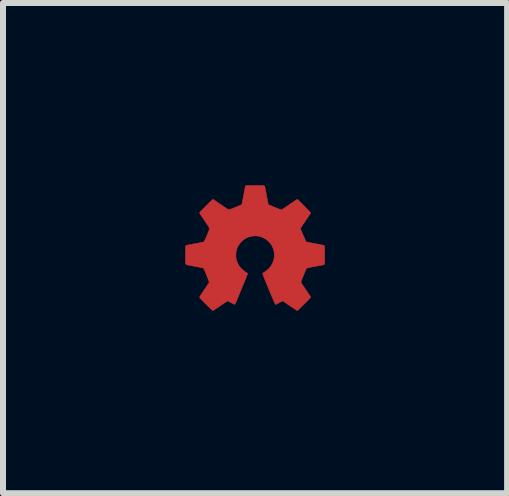
<source format=kicad_pcb>
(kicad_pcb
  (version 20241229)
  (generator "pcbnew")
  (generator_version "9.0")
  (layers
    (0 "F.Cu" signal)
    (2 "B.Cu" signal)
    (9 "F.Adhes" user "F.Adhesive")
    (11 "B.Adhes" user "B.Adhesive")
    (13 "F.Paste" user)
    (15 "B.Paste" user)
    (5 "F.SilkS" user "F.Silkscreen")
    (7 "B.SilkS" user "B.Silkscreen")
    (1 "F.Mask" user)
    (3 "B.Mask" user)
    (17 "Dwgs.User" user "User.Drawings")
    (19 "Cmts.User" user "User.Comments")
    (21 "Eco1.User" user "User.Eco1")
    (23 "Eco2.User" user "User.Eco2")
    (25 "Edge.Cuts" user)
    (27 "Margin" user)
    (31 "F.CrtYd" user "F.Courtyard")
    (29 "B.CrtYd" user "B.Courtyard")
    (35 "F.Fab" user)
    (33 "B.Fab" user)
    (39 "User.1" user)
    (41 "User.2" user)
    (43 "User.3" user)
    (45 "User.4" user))
  (footprint "oshw_small"
    (layer "F.Cu")
    (at 1.207 1.113)
    (property "Reference" "oshw_small" (at 0 0 0) (layer "F.SilkS") (effects (font (size 0.001 0.001) (thickness 0.15))))
    (attr through_hole)
    (fp_poly (pts (xy 0.034 -1.071) (xy 0.068 -1.07) (xy 0.095 -1.07) (xy 0.116 -1.07) (xy 0.131 -1.069) (xy 0.141 -1.068) (xy 0.148 -1.067) (xy 0.15 -1.066) (xy 0.152 -1.062) (xy 0.154 -1.055) (xy 0.158 -1.042) (xy 0.162 -1.024) (xy 0.167 -1) (xy 0.173 -0.969) (xy 0.18 -0.932) (xy 0.184 -0.91) (xy 0.192 -0.868) (xy 0.199 -0.832) (xy 0.205 -0.804) (xy 0.209 -0.782) (xy 0.213 -0.766) (xy 0.216 -0.757) (xy 0.218 -0.753) (xy 0.223 -0.75) (xy 0.234 -0.745) (xy 0.251 -0.738) (xy 0.271 -0.729) (xy 0.293 -0.719) (xy 0.317 -0.709) (xy 0.342 -0.699) (xy 0.366 -0.689) (xy 0.388 -0.681) (xy 0.406 -0.673) (xy 0.421 -0.668) (xy 0.43 -0.665) (xy 0.433 -0.664) (xy 0.437 -0.666) (xy 0.447 -0.673) (xy 0.462 -0.682) (xy 0.481 -0.695) (xy 0.504 -0.71) (xy 0.53 -0.727) (xy 0.558 -0.746) (xy 0.566 -0.752) (xy 0.595 -0.771) (xy 0.621 -0.789) (xy 0.644 -0.805) (xy 0.665 -0.819) (xy 0.681 -0.829) (xy 0.692 -0.836) (xy 0.698 -0.84) (xy 0.698 -0.84) (xy 0.702 -0.837) (xy 0.711 -0.83) (xy 0.723 -0.818) (xy 0.739 -0.803) (xy 0.757 -0.785) (xy 0.777 -0.765) (xy 0.798 -0.744) (xy 0.82 -0.722) (xy 0.841 -0.7) (xy 0.861 -0.679) (xy 0.879 -0.66) (xy 0.895 -0.643) (xy 0.908 -0.63) (xy 0.917 -0.619) (xy 0.921 -0.614) (xy 0.921 -0.613) (xy 0.919 -0.609) (xy 0.912 -0.599) (xy 0.902 -0.584) (xy 0.889 -0.564) (xy 0.874 -0.542) (xy 0.856 -0.516) (xy 0.838 -0.489) (xy 0.835 -0.485) (xy 0.816 -0.457) (xy 0.798 -0.431) (xy 0.783 -0.408) (xy 0.77 -0.388) (xy 0.76 -0.372) (xy 0.753 -0.36) (xy 0.75 -0.355) (xy 0.75 -0.354) (xy 0.752 -0.349) (xy 0.756 -0.337) (xy 0.763 -0.32) (xy 0.771 -0.3) (xy 0.78 -0.277) (xy 0.791 -0.252) (xy 0.801 -0.228) (xy 0.812 -0.204) (xy 0.822 -0.181) (xy 0.83 -0.162) (xy 0.837 -0.148) (xy 0.842 -0.138) (xy 0.844 -0.135) (xy 0.848 -0.133) (xy 0.855 -0.131) (xy 0.866 -0.127) (xy 0.882 -0.124) (xy 0.904 -0.119) (xy 0.931 -0.114) (xy 0.965 -0.107) (xy 0.997 -0.101) (xy 1.037 -0.094) (xy 1.071 -0.087) (xy 1.097 -0.082) (xy 1.118 -0.077) (xy 1.132 -0.074) (xy 1.142 -0.071) (xy 1.147 -0.068) (xy 1.148 -0.068) (xy 1.149 -0.064) (xy 1.15 -0.056) (xy 1.151 -0.044) (xy 1.152 -0.027) (xy 1.152 -0.004) (xy 1.153 0.025) (xy 1.153 0.062) (xy 1.153 0.088) (xy 1.153 0.127) (xy 1.153 0.159) (xy 1.152 0.184) (xy 1.152 0.203) (xy 1.151 0.218) (xy 1.151 0.229) (xy 1.15 0.236) (xy 1.149 0.241) (xy 1.147 0.244) (xy 1.147 0.244) (xy 1.141 0.249) (xy 1.138 0.25) (xy 1.134 0.251) (xy 1.123 0.253) (xy 1.106 0.256) (xy 1.084 0.26) (xy 1.058 0.265) (xy 1.028 0.27) (xy 0.997 0.276) (xy 0.956 0.284) (xy 0.922 0.29) (xy 0.895 0.296) (xy 0.875 0.3) (xy 0.861 0.304) (xy 0.853 0.307) (xy 0.851 0.308) (xy 0.848 0.313) (xy 0.843 0.325) (xy 0.836 0.341) (xy 0.827 0.362) (xy 0.818 0.385) (xy 0.807 0.41) (xy 0.797 0.436) (xy 0.787 0.461) (xy 0.778 0.484) (xy 0.77 0.505) (xy 0.764 0.522) (xy 0.76 0.535) (xy 0.758 0.541) (xy 0.758 0.541) (xy 0.76 0.545) (xy 0.766 0.556) (xy 0.776 0.571) (xy 0.788 0.591) (xy 0.804 0.613) (xy 0.821 0.639) (xy 0.839 0.666) (xy 0.857 0.693) (xy 0.874 0.718) (xy 0.89 0.741) (xy 0.902 0.76) (xy 0.912 0.775) (xy 0.919 0.785) (xy 0.921 0.789) (xy 0.919 0.794) (xy 0.911 0.803) (xy 0.898 0.817) (xy 0.881 0.836) (xy 0.859 0.858) (xy 0.833 0.884) (xy 0.813 0.904) (xy 0.785 0.932) (xy 0.762 0.955) (xy 0.743 0.973) (xy 0.729 0.987) (xy 0.717 0.998) (xy 0.709 1.005) (xy 0.703 1.009) (xy 0.698 1.011) (xy 0.695 1.011) (xy 0.695 1.011) (xy 0.69 1.009) (xy 0.679 1.002) (xy 0.663 0.992) (xy 0.643 0.979) (xy 0.621 0.964) (xy 0.596 0.947) (xy 0.577 0.934) (xy 0.55 0.916) (xy 0.526 0.9) (xy 0.504 0.885) (xy 0.486 0.872) (xy 0.472 0.863) (xy 0.463 0.857) (xy 0.46 0.855) (xy 0.457 0.854) (xy 0.453 0.854) (xy 0.447 0.856) (xy 0.438 0.86) (xy 0.425 0.866) (xy 0.408 0.874) (xy 0.386 0.886) (xy 0.361 0.9) (xy 0.348 0.906) (xy 0.34 0.909) (xy 0.335 0.909) (xy 0.331 0.907) (xy 0.331 0.907) (xy 0.328 0.902) (xy 0.323 0.891) (xy 0.316 0.874) (xy 0.306 0.852) (xy 0.295 0.825) (xy 0.282 0.795) (xy 0.268 0.762) (xy 0.254 0.727) (xy 0.238 0.691) (xy 0.223 0.654) (xy 0.208 0.616) (xy 0.193 0.58) (xy 0.178 0.544) (xy 0.165 0.511) (xy 0.153 0.481) (xy 0.142 0.455) (xy 0.133 0.433) (xy 0.127 0.415) (xy 0.123 0.404) (xy 0.121 0.399) (xy 0.125 0.392) (xy 0.135 0.383) (xy 0.144 0.378) (xy 0.189 0.346) (xy 0.227 0.311) (xy 0.259 0.272) (xy 0.284 0.23) (xy 0.302 0.184) (xy 0.313 0.136) (xy 0.315 0.109) (xy 0.315 0.058) (xy 0.307 0.01) (xy 0.292 -0.036) (xy 0.27 -0.078) (xy 0.242 -0.117) (xy 0.208 -0.151) (xy 0.168 -0.181) (xy 0.135 -0.199) (xy 0.098 -0.215) (xy 0.063 -0.225) (xy 0.027 -0.231) (xy -0.01 -0.232) (xy -0.06 -0.227) (xy -0.107 -0.216) (xy -0.152 -0.197) (xy -0.193 -0.172) (xy -0.23 -0.141) (xy -0.262 -0.105) (xy -0.288 -0.063) (xy -0.297 -0.046) (xy -0.309 -0.019) (xy -0.317 0.007) (xy -0.322 0.032) (xy -0.325 0.06) (xy -0.326 0.092) (xy -0.325 0.115) (xy -0.324 0.133) (xy -0.322 0.148) (xy -0.319 0.163) (xy -0.315 0.177) (xy -0.299 0.22) (xy -0.279 0.259) (xy -0.253 0.294) (xy -0.221 0.327) (xy -0.183 0.358) (xy -0.167 0.369) (xy -0.153 0.379) (xy -0.141 0.388) (xy -0.134 0.394) (xy -0.131 0.397) (xy -0.132 0.401) (xy -0.136 0.412) (xy -0.142 0.429) (xy -0.15 0.45) (xy -0.16 0.474) (xy -0.171 0.502) (xy -0.18 0.522) (xy -0.194 0.557) (xy -0.211 0.597) (xy -0.228 0.64) (xy -0.246 0.684) (xy -0.264 0.726) (xy -0.28 0.765) (xy -0.284 0.775) (xy -0.3 0.814) (xy -0.314 0.847) (xy -0.325 0.873) (xy -0.334 0.892) (xy -0.341 0.904) (xy -0.344 0.909) (xy -0.345 0.909) (xy -0.35 0.908) (xy -0.362 0.903) (xy -0.378 0.895) (xy -0.399 0.885) (xy -0.406 0.881) (xy -0.425 0.871) (xy -0.441 0.863) (xy -0.454 0.856) (xy -0.462 0.853) (xy -0.464 0.852) (xy -0.468 0.854) (xy -0.477 0.86) (xy -0.492 0.87) (xy -0.511 0.882) (xy -0.533 0.897) (xy -0.558 0.914) (xy -0.584 0.932) (xy -0.611 0.95) (xy -0.637 0.967) (xy -0.659 0.982) (xy -0.679 0.995) (xy -0.694 1.004) (xy -0.704 1.01) (xy -0.709 1.012) (xy -0.714 1.009) (xy -0.725 1.001) (xy -0.741 0.986) (xy -0.762 0.966) (xy -0.788 0.941) (xy -0.82 0.909) (xy -0.824 0.906) (xy -0.855 0.874) (xy -0.881 0.848) (xy -0.901 0.826) (xy -0.916 0.809) (xy -0.926 0.798) (xy -0.93 0.792) (xy -0.93 0.791) (xy -0.928 0.786) (xy -0.922 0.776) (xy -0.912 0.76) (xy -0.9 0.741) (xy -0.885 0.718) (xy -0.868 0.692) (xy -0.85 0.666) (xy -0.83 0.636) (xy -0.811 0.609) (xy -0.796 0.586) (xy -0.784 0.567) (xy -0.775 0.552) (xy -0.771 0.543) (xy -0.77 0.541) (xy -0.771 0.534) (xy -0.775 0.522) (xy -0.782 0.505) (xy -0.789 0.484) (xy -0.799 0.46) (xy -0.809 0.435) (xy -0.819 0.409) (xy -0.829 0.384) (xy -0.839 0.361) (xy -0.847 0.34) (xy -0.855 0.324) (xy -0.86 0.313) (xy -0.863 0.308) (xy -0.868 0.306) (xy -0.878 0.302) (xy -0.894 0.298) (xy -0.917 0.294) (xy -0.946 0.288) (xy -0.983 0.281) (xy -1.01 0.276) (xy -1.048 0.269) (xy -1.078 0.263) (xy -1.103 0.258) (xy -1.122 0.254) (xy -1.136 0.251) (xy -1.146 0.248) (xy -1.152 0.245) (xy -1.156 0.243) (xy -1.158 0.242) (xy -1.159 0.239) (xy -1.161 0.235) (xy -1.162 0.23) (xy -1.163 0.221) (xy -1.164 0.209) (xy -1.164 0.193) (xy -1.164 0.172) (xy -1.164 0.145) (xy -1.164 0.112) (xy -1.164 0.086) (xy -1.164 0.046) (xy -1.164 0.013) (xy -1.164 -0.014) (xy -1.163 -0.035) (xy -1.163 -0.05) (xy -1.162 -0.06) (xy -1.16 -0.066) (xy -1.16 -0.067) (xy -1.156 -0.07) (xy -1.148 -0.072) (xy -1.134 -0.076) (xy -1.115 -0.08) (xy -1.09 -0.085) (xy -1.058 -0.091) (xy -1.019 -0.099) (xy -1.014 -0.1) (xy -0.981 -0.106) (xy -0.951 -0.112) (xy -0.924 -0.117) (xy -0.9 -0.121) (xy -0.882 -0.125) (xy -0.869 -0.128) (xy -0.863 -0.13) (xy -0.86 -0.132) (xy -0.856 -0.135) (xy -0.852 -0.142) (xy -0.846 -0.151) (xy -0.84 -0.165) (xy -0.831 -0.184) (xy -0.82 -0.209) (xy -0.807 -0.239) (xy -0.796 -0.266) (xy -0.785 -0.292) (xy -0.776 -0.314) (xy -0.769 -0.332) (xy -0.764 -0.346) (xy -0.762 -0.353) (xy -0.762 -0.354) (xy -0.764 -0.36) (xy -0.771 -0.372) (xy -0.782 -0.389) (xy -0.796 -0.412) (xy -0.815 -0.44) (xy -0.837 -0.472) (xy -0.845 -0.484) (xy -0.864 -0.511) (xy -0.881 -0.537) (xy -0.896 -0.56) (xy -0.909 -0.58) (xy -0.92 -0.596) (xy -0.926 -0.608) (xy -0.929 -0.613) (xy -0.929 -0.614) (xy -0.929 -0.617) (xy -0.927 -0.621) (xy -0.923 -0.627) (xy -0.916 -0.635) (xy -0.906 -0.646) (xy -0.892 -0.661) (xy -0.874 -0.679) (xy -0.852 -0.701) (xy -0.825 -0.729) (xy -0.821 -0.732) (xy -0.789 -0.764) (xy -0.763 -0.79) (xy -0.741 -0.81) (xy -0.725 -0.825) (xy -0.714 -0.835) (xy -0.707 -0.839) (xy -0.706 -0.839) (xy -0.701 -0.836) (xy -0.691 -0.83) (xy -0.676 -0.82) (xy -0.657 -0.807) (xy -0.634 -0.791) (xy -0.609 -0.774) (xy -0.581 -0.755) (xy -0.575 -0.751) (xy -0.547 -0.731) (xy -0.521 -0.714) (xy -0.497 -0.698) (xy -0.477 -0.685) (xy -0.461 -0.674) (xy -0.45 -0.668) (xy -0.444 -0.664) (xy -0.443 -0.664) (xy -0.438 -0.666) (xy -0.427 -0.67) (xy -0.411 -0.676) (xy -0.39 -0.684) (xy -0.367 -0.693) (xy -0.351 -0.7) (xy -0.318 -0.713) (xy -0.291 -0.724) (xy -0.27 -0.733) (xy -0.254 -0.74) (xy -0.243 -0.745) (xy -0.235 -0.748) (xy -0.23 -0.751) (xy -0.227 -0.753) (xy -0.226 -0.755) (xy -0.225 -0.757) (xy -0.225 -0.757) (xy -0.224 -0.762) (xy -0.221 -0.774) (xy -0.218 -0.791) (xy -0.214 -0.813) (xy -0.209 -0.838) (xy -0.203 -0.865) (xy -0.198 -0.895) (xy -0.192 -0.924) (xy -0.187 -0.953) (xy -0.182 -0.98) (xy -0.177 -1.005) (xy -0.173 -1.026) (xy -0.17 -1.042) (xy -0.169 -1.052) (xy -0.168 -1.056) (xy -0.166 -1.06) (xy -0.162 -1.065) (xy -0.16 -1.066) (xy -0.155 -1.067) (xy -0.149 -1.068) (xy -0.139 -1.069) (xy -0.125 -1.07) (xy -0.107 -1.07) (xy -0.083 -1.071) (xy -0.053 -1.071) (xy -0.016 -1.071) (xy -0.006 -1.071) (xy 0.034 -1.071)) (stroke (width 0.01) (type solid)) (fill yes) (layer "F.Cu"))
    (fp_poly (pts (xy 0.038 -1.108) (xy 0.071 -1.108) (xy 0.097 -1.108) (xy 0.118 -1.107) (xy 0.134 -1.107) (xy 0.146 -1.106) (xy 0.155 -1.106) (xy 0.161 -1.104) (xy 0.165 -1.103) (xy 0.168 -1.101) (xy 0.171 -1.1) (xy 0.18 -1.09) (xy 0.188 -1.079) (xy 0.188 -1.078) (xy 0.19 -1.071) (xy 0.194 -1.058) (xy 0.198 -1.038) (xy 0.203 -1.014) (xy 0.209 -0.986) (xy 0.215 -0.955) (xy 0.221 -0.922) (xy 0.221 -0.922) (xy 0.247 -0.78) (xy 0.337 -0.743) (xy 0.362 -0.733) (xy 0.386 -0.724) (xy 0.405 -0.717) (xy 0.42 -0.712) (xy 0.43 -0.709) (xy 0.432 -0.709) (xy 0.437 -0.712) (xy 0.447 -0.718) (xy 0.462 -0.728) (xy 0.481 -0.741) (xy 0.504 -0.757) (xy 0.529 -0.774) (xy 0.555 -0.792) (xy 0.583 -0.81) (xy 0.608 -0.828) (xy 0.632 -0.843) (xy 0.652 -0.856) (xy 0.668 -0.866) (xy 0.679 -0.873) (xy 0.685 -0.876) (xy 0.692 -0.877) (xy 0.699 -0.878) (xy 0.706 -0.878) (xy 0.714 -0.875) (xy 0.722 -0.87) (xy 0.733 -0.862) (xy 0.746 -0.851) (xy 0.763 -0.836) (xy 0.782 -0.817) (xy 0.806 -0.793) (xy 0.835 -0.764) (xy 0.841 -0.759) (xy 0.87 -0.729) (xy 0.895 -0.704) (xy 0.915 -0.684) (xy 0.93 -0.667) (xy 0.942 -0.653) (xy 0.951 -0.642) (xy 0.956 -0.633) (xy 0.959 -0.625) (xy 0.96 -0.618) (xy 0.96 -0.611) (xy 0.958 -0.604) (xy 0.958 -0.603) (xy 0.955 -0.597) (xy 0.948 -0.585) (xy 0.937 -0.569) (xy 0.924 -0.548) (xy 0.909 -0.525) (xy 0.891 -0.499) (xy 0.874 -0.473) (xy 0.855 -0.446) (xy 0.838 -0.421) (xy 0.823 -0.399) (xy 0.811 -0.38) (xy 0.801 -0.365) (xy 0.795 -0.355) (xy 0.793 -0.351) (xy 0.795 -0.346) (xy 0.799 -0.335) (xy 0.805 -0.32) (xy 0.813 -0.3) (xy 0.822 -0.279) (xy 0.831 -0.257) (xy 0.841 -0.234) (xy 0.85 -0.213) (xy 0.858 -0.195) (xy 0.865 -0.18) (xy 0.87 -0.17) (xy 0.872 -0.166) (xy 0.876 -0.165) (xy 0.887 -0.162) (xy 0.905 -0.159) (xy 0.927 -0.154) (xy 0.953 -0.149) (xy 0.983 -0.143) (xy 1.015 -0.137) (xy 1.016 -0.137) (xy 1.051 -0.13) (xy 1.083 -0.124) (xy 1.111 -0.118) (xy 1.134 -0.113) (xy 1.152 -0.109) (xy 1.163 -0.105) (xy 1.167 -0.104) (xy 1.172 -0.1) (xy 1.177 -0.097) (xy 1.18 -0.092) (xy 1.183 -0.087) (xy 1.186 -0.079) (xy 1.187 -0.068) (xy 1.188 -0.054) (xy 1.189 -0.035) (xy 1.19 -0.012) (xy 1.19 0.018) (xy 1.19 0.054) (xy 1.19 0.084) (xy 1.19 0.126) (xy 1.19 0.161) (xy 1.189 0.189) (xy 1.189 0.212) (xy 1.188 0.23) (xy 1.187 0.244) (xy 1.185 0.254) (xy 1.182 0.262) (xy 1.179 0.268) (xy 1.175 0.272) (xy 1.171 0.276) (xy 1.168 0.277) (xy 1.163 0.28) (xy 1.152 0.283) (xy 1.136 0.288) (xy 1.114 0.292) (xy 1.085 0.298) (xy 1.05 0.305) (xy 1.019 0.311) (xy 0.988 0.317) (xy 0.958 0.322) (xy 0.932 0.328) (xy 0.91 0.332) (xy 0.894 0.336) (xy 0.883 0.338) (xy 0.879 0.339) (xy 0.877 0.343) (xy 0.872 0.354) (xy 0.866 0.37) (xy 0.858 0.39) (xy 0.848 0.414) (xy 0.838 0.44) (xy 0.837 0.44) (xy 0.798 0.538) (xy 0.875 0.649) (xy 0.893 0.676) (xy 0.91 0.701) (xy 0.925 0.724) (xy 0.938 0.744) (xy 0.948 0.76) (xy 0.954 0.771) (xy 0.956 0.775) (xy 0.959 0.782) (xy 0.96 0.789) (xy 0.96 0.795) (xy 0.958 0.803) (xy 0.954 0.811) (xy 0.946 0.821) (xy 0.936 0.833) (xy 0.922 0.848) (xy 0.905 0.867) (xy 0.882 0.89) (xy 0.855 0.917) (xy 0.839 0.934) (xy 0.724 1.049) (xy 0.702 1.05) (xy 0.681 1.052) (xy 0.615 1.007) (xy 0.591 0.991) (xy 0.565 0.973) (xy 0.539 0.955) (xy 0.516 0.939) (xy 0.5 0.929) (xy 0.452 0.895) (xy 0.405 0.92) (xy 0.386 0.93) (xy 0.369 0.938) (xy 0.355 0.944) (xy 0.346 0.947) (xy 0.345 0.947) (xy 0.33 0.947) (xy 0.314 0.942) (xy 0.301 0.932) (xy 0.3 0.931) (xy 0.297 0.926) (xy 0.291 0.914) (xy 0.284 0.897) (xy 0.274 0.874) (xy 0.262 0.847) (xy 0.249 0.817) (xy 0.235 0.783) (xy 0.22 0.747) (xy 0.204 0.71) (xy 0.189 0.672) (xy 0.173 0.634) (xy 0.158 0.596) (xy 0.143 0.56) (xy 0.129 0.527) (xy 0.117 0.496) (xy 0.106 0.468) (xy 0.097 0.445) (xy 0.09 0.426) (xy 0.085 0.414) (xy 0.083 0.408) (xy 0.083 0.394) (xy 0.086 0.381) (xy 0.093 0.37) (xy 0.106 0.357) (xy 0.125 0.343) (xy 0.133 0.338) (xy 0.174 0.307) (xy 0.208 0.273) (xy 0.235 0.237) (xy 0.248 0.214) (xy 0.262 0.181) (xy 0.271 0.151) (xy 0.276 0.119) (xy 0.277 0.084) (xy 0.276 0.076) (xy 0.271 0.029) (xy 0.258 -0.015) (xy 0.238 -0.056) (xy 0.212 -0.092) (xy 0.18 -0.125) (xy 0.142 -0.152) (xy 0.115 -0.167) (xy 0.085 -0.179) (xy 0.057 -0.187) (xy 0.027 -0.192) (xy -0.006 -0.193) (xy -0.04 -0.191) (xy -0.069 -0.187) (xy -0.097 -0.179) (xy -0.126 -0.166) (xy -0.131 -0.164) (xy -0.171 -0.14) (xy -0.206 -0.11) (xy -0.236 -0.075) (xy -0.26 -0.034) (xy -0.278 0.011) (xy -0.278 0.012) (xy -0.282 0.026) (xy -0.285 0.039) (xy -0.286 0.054) (xy -0.287 0.072) (xy -0.287 0.092) (xy -0.287 0.114) (xy -0.286 0.13) (xy -0.284 0.144) (xy -0.281 0.156) (xy -0.277 0.17) (xy -0.275 0.177) (xy -0.257 0.217) (xy -0.234 0.254) (xy -0.206 0.288) (xy -0.17 0.319) (xy -0.14 0.341) (xy -0.118 0.357) (xy -0.103 0.371) (xy -0.095 0.385) (xy -0.093 0.4) (xy -0.095 0.417) (xy -0.096 0.418) (xy -0.098 0.423) (xy -0.102 0.435) (xy -0.109 0.453) (xy -0.119 0.475) (xy -0.13 0.502) (xy -0.142 0.532) (xy -0.156 0.566) (xy -0.17 0.601) (xy -0.185 0.637) (xy -0.201 0.675) (xy -0.216 0.712) (xy -0.231 0.748) (xy -0.245 0.782) (xy -0.259 0.815) (xy -0.271 0.844) (xy -0.281 0.869) (xy -0.29 0.89) (xy -0.297 0.906) (xy -0.301 0.915) (xy -0.302 0.917) (xy -0.31 0.931) (xy -0.323 0.94) (xy -0.327 0.942) (xy -0.336 0.946) (xy -0.345 0.948) (xy -0.355 0.947) (xy -0.366 0.944) (xy -0.381 0.938) (xy -0.401 0.928) (xy -0.416 0.92) (xy -0.463 0.895) (xy -0.574 0.972) (xy -0.604 0.993) (xy -0.629 1.009) (xy -0.648 1.022) (xy -0.663 1.032) (xy -0.675 1.039) (xy -0.684 1.044) (xy -0.691 1.047) (xy -0.697 1.049) (xy -0.703 1.05) (xy -0.705 1.05) (xy -0.721 1.05) (xy -0.733 1.046) (xy -0.737 1.044) (xy -0.744 1.038) (xy -0.755 1.028) (xy -0.77 1.014) (xy -0.788 0.997) (xy -0.808 0.977) (xy -0.829 0.956) (xy -0.851 0.933) (xy -0.873 0.91) (xy -0.895 0.888) (xy -0.915 0.867) (xy -0.932 0.848) (xy -0.947 0.832) (xy -0.958 0.82) (xy -0.965 0.811) (xy -0.967 0.808) (xy -0.969 0.8) (xy -0.969 0.793) (xy -0.968 0.785) (xy -0.966 0.776) (xy -0.96 0.765) (xy -0.953 0.751) (xy -0.942 0.734) (xy -0.928 0.712) (xy -0.91 0.686) (xy -0.889 0.654) (xy -0.888 0.653) (xy -0.809 0.539) (xy -0.816 0.52) (xy -0.833 0.478) (xy -0.848 0.441) (xy -0.861 0.409) (xy -0.872 0.382) (xy -0.88 0.362) (xy -0.886 0.348) (xy -0.89 0.34) (xy -0.89 0.339) (xy -0.895 0.338) (xy -0.906 0.335) (xy -0.923 0.332) (xy -0.945 0.327) (xy -0.971 0.322) (xy -1 0.316) (xy -1.029 0.311) (xy -1.066 0.304) (xy -1.099 0.298) (xy -1.127 0.292) (xy -1.149 0.287) (xy -1.165 0.283) (xy -1.175 0.28) (xy -1.176 0.279) (xy -1.182 0.275) (xy -1.187 0.271) (xy -1.191 0.266) (xy -1.194 0.26) (xy -1.197 0.251) (xy -1.199 0.239) (xy -1.2 0.223) (xy -1.201 0.203) (xy -1.201 0.177) (xy -1.202 0.145) (xy -1.202 0.107) (xy -1.202 0.088) (xy -1.202 0.046) (xy -1.201 0.012) (xy -1.201 -0.016) (xy -1.201 -0.038) (xy -1.2 -0.056) (xy -1.198 -0.069) (xy -1.196 -0.08) (xy -1.194 -0.087) (xy -1.19 -0.093) (xy -1.186 -0.097) (xy -1.181 -0.101) (xy -1.179 -0.102) (xy -1.174 -0.105) (xy -1.165 -0.108) (xy -1.152 -0.111) (xy -1.133 -0.116) (xy -1.109 -0.121) (xy -1.078 -0.127) (xy -1.041 -0.134) (xy -1.025 -0.137) (xy -0.993 -0.143) (xy -0.963 -0.149) (xy -0.937 -0.154) (xy -0.914 -0.158) (xy -0.897 -0.161) (xy -0.886 -0.164) (xy -0.881 -0.165) (xy -0.881 -0.165) (xy -0.88 -0.169) (xy -0.875 -0.179) (xy -0.869 -0.194) (xy -0.86 -0.213) (xy -0.851 -0.236) (xy -0.841 -0.259) (xy -0.801 -0.352) (xy -0.881 -0.468) (xy -0.899 -0.495) (xy -0.917 -0.521) (xy -0.932 -0.543) (xy -0.945 -0.563) (xy -0.955 -0.578) (xy -0.962 -0.589) (xy -0.965 -0.594) (xy -0.968 -0.604) (xy -0.968 -0.619) (xy -0.968 -0.622) (xy -0.966 -0.642) (xy -0.851 -0.757) (xy -0.821 -0.787) (xy -0.796 -0.812) (xy -0.776 -0.832) (xy -0.759 -0.847) (xy -0.745 -0.859) (xy -0.734 -0.868) (xy -0.724 -0.874) (xy -0.717 -0.877) (xy -0.71 -0.878) (xy -0.703 -0.877) (xy -0.696 -0.875) (xy -0.692 -0.874) (xy -0.686 -0.87) (xy -0.674 -0.863) (xy -0.657 -0.853) (xy -0.636 -0.839) (xy -0.612 -0.823) (xy -0.587 -0.806) (xy -0.563 -0.79) (xy -0.536 -0.771) (xy -0.511 -0.754) (xy -0.489 -0.739) (xy -0.47 -0.727) (xy -0.456 -0.717) (xy -0.446 -0.711) (xy -0.443 -0.708) (xy -0.438 -0.709) (xy -0.428 -0.713) (xy -0.413 -0.718) (xy -0.394 -0.725) (xy -0.373 -0.733) (xy -0.35 -0.742) (xy -0.328 -0.751) (xy -0.307 -0.759) (xy -0.288 -0.767) (xy -0.273 -0.773) (xy -0.263 -0.777) (xy -0.259 -0.779) (xy -0.258 -0.783) (xy -0.256 -0.794) (xy -0.253 -0.811) (xy -0.249 -0.832) (xy -0.244 -0.859) (xy -0.238 -0.888) (xy -0.232 -0.921) (xy -0.231 -0.928) (xy -0.223 -0.97) (xy -0.216 -1.005) (xy -0.21 -1.033) (xy -0.205 -1.054) (xy -0.201 -1.07) (xy -0.198 -1.081) (xy -0.195 -1.086) (xy -0.192 -1.091) (xy -0.188 -1.096) (xy -0.182 -1.099) (xy -0.176 -1.102) (xy -0.167 -1.104) (xy -0.154 -1.105) (xy -0.138 -1.106) (xy -0.117 -1.107) (xy -0.091 -1.108) (xy -0.059 -1.108) (xy -0.02 -1.108) (xy -0.001 -1.108) (xy 0.038 -1.108)) (stroke (width 0.01) (type solid)) (fill yes) (layer "F.Mask")))
  (gr_rect
    (start -3 -3)
    (end 5.402 5.17)
    (stroke (width 0.1) (type default))
    (fill no)
    (layer "Edge.Cuts")))
</source>
